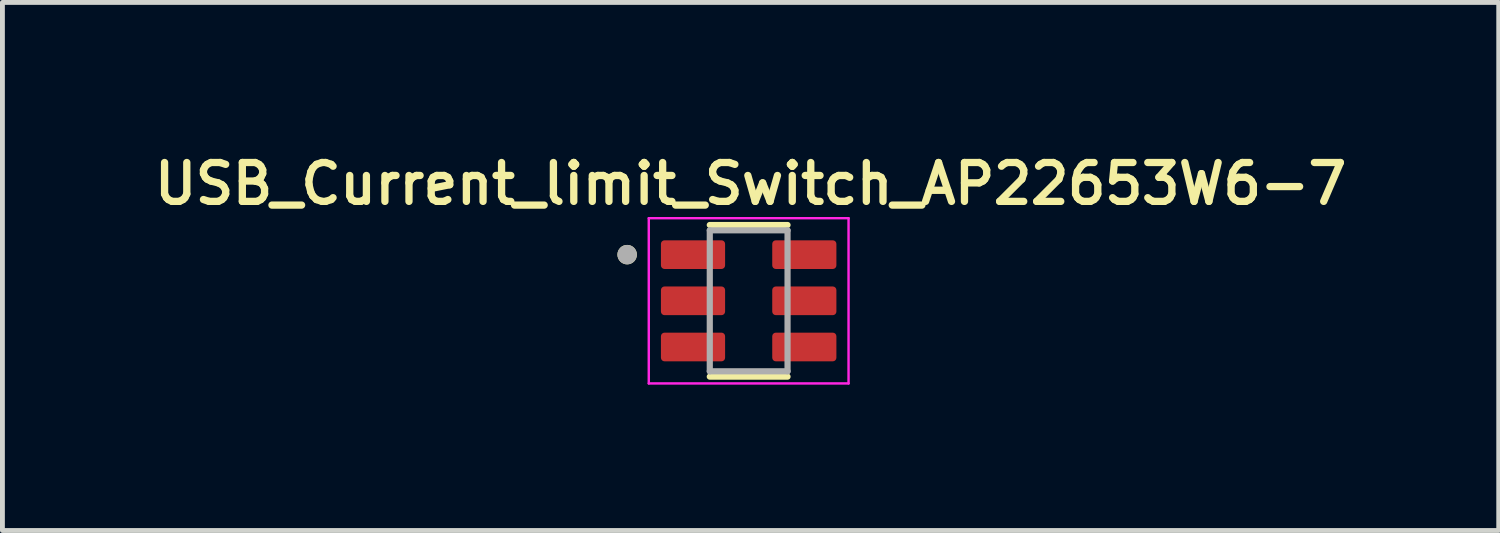
<source format=kicad_pcb>
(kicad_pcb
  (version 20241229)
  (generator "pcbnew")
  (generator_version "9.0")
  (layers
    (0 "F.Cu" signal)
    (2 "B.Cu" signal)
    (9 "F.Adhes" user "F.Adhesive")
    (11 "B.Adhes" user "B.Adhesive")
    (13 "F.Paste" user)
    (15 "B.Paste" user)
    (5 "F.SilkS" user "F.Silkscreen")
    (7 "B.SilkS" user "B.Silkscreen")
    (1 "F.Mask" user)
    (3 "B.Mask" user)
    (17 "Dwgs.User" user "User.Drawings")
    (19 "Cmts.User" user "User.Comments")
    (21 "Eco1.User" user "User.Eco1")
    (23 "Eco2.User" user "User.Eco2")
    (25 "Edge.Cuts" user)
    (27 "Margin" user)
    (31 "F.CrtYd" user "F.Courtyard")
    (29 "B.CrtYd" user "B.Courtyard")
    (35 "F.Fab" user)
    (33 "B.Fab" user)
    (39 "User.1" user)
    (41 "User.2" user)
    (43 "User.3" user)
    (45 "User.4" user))
  (footprint "USB_Current_limit_Switch_AP22653W6-7"
    (layer "F.Cu")
    (at 12.353 3.139)
    (property "Reference" "USB_Current_limit_Switch_AP22653W6-7" (at 0.04 -2.408 0) (layer "F.SilkS") (effects (font (size 0.8 0.8) (thickness 0.15))))
    (attr smd)
    (fp_line (start -0.8 1.56) (end 0.8 1.56) (stroke (width 0.127) (type solid)) (layer "F.SilkS"))
    (fp_line (start 0.8 -1.56) (end -0.8 -1.56) (stroke (width 0.127) (type solid)) (layer "F.SilkS"))
    (fp_circle (center -2.5 -0.95) (end -2.4 -0.95) (stroke (width 0.2) (type solid)) (fill no) (layer "F.SilkS"))
    (fp_line (start -2.055 -1.7) (end -2.055 1.7) (stroke (width 0.05) (type solid)) (layer "F.CrtYd"))
    (fp_line (start -2.055 1.7) (end 2.055 1.7) (stroke (width 0.05) (type solid)) (layer "F.CrtYd"))
    (fp_line (start 2.055 -1.7) (end -2.055 -1.7) (stroke (width 0.05) (type solid)) (layer "F.CrtYd"))
    (fp_line (start 2.055 1.7) (end 2.055 -1.7) (stroke (width 0.05) (type solid)) (layer "F.CrtYd"))
    (fp_line (start -0.8 -1.45) (end -0.8 1.45) (stroke (width 0.127) (type solid)) (layer "F.Fab"))
    (fp_line (start -0.8 1.45) (end 0.8 1.45) (stroke (width 0.127) (type solid)) (layer "F.Fab"))
    (fp_line (start 0.8 -1.45) (end -0.8 -1.45) (stroke (width 0.127) (type solid)) (layer "F.Fab"))
    (fp_line (start 0.8 1.45) (end 0.8 -1.45) (stroke (width 0.127) (type solid)) (layer "F.Fab"))
    (fp_circle (center -2.5 -0.95) (end -2.4 -0.95) (stroke (width 0.2) (type solid)) (fill no) (layer "F.Fab"))
    (pad "1" smd roundrect (at -1.145 -0.95) (size 1.32 0.59) (layers "F.Cu" "F.Mask" "F.Paste") (roundrect_rratio 0.125))
    (pad "2" smd roundrect (at -1.145 0) (size 1.32 0.59) (layers "F.Cu" "F.Mask" "F.Paste") (roundrect_rratio 0.125))
    (pad "3" smd roundrect (at -1.145 0.95) (size 1.32 0.59) (layers "F.Cu" "F.Mask" "F.Paste") (roundrect_rratio 0.125))
    (pad "4" smd roundrect (at 1.145 0.95) (size 1.32 0.59) (layers "F.Cu" "F.Mask" "F.Paste") (roundrect_rratio 0.125))
    (pad "5" smd roundrect (at 1.145 0) (size 1.32 0.59) (layers "F.Cu" "F.Mask" "F.Paste") (roundrect_rratio 0.125))
    (pad "6" smd roundrect (at 1.145 -0.95) (size 1.32 0.59) (layers "F.Cu" "F.Mask" "F.Paste") (roundrect_rratio 0.125)))
  (gr_rect
    (start -3 -3)
    (end 27.785 7.864)
    (stroke (width 0.1) (type default))
    (fill no)
    (layer "Edge.Cuts")))
</source>
